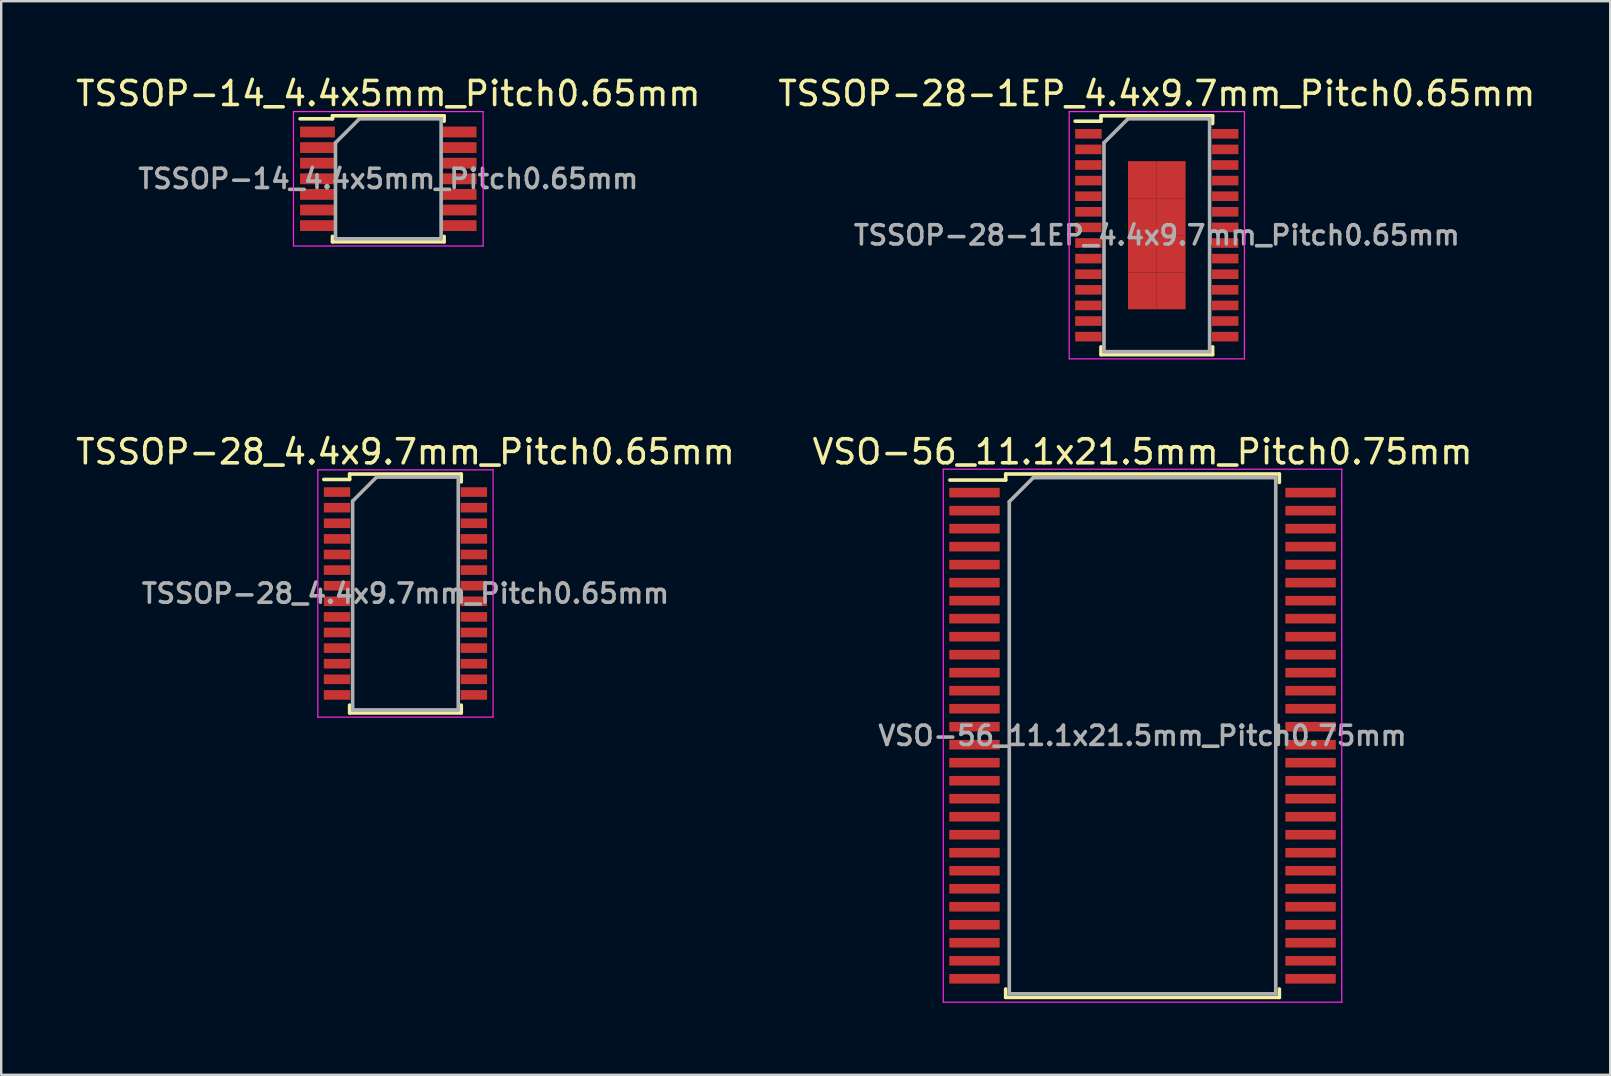
<source format=kicad_pcb>
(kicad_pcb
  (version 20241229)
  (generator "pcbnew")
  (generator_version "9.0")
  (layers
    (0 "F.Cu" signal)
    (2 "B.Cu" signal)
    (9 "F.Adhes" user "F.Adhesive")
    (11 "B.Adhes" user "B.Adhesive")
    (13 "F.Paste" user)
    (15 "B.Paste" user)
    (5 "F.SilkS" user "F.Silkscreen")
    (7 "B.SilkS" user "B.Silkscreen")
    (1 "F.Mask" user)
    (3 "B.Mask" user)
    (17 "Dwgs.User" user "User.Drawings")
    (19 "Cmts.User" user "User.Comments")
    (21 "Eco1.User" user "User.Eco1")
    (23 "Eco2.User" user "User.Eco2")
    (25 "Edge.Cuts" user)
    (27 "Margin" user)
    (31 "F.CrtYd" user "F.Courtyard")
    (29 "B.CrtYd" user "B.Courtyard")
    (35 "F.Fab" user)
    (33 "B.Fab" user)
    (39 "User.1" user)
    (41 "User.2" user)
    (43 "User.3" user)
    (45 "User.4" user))
  (footprint "TSSOP-14_4.4x5mm_Pitch0.65mm"
    (layer "F.Cu")
    (at 13.125 4.398)
    (property "Reference" "TSSOP-14_4.4x5mm_Pitch0.65mm" (at 0 -3.55 0) (layer "F.SilkS") (effects (font (size 1 1) (thickness 0.15))))
    (attr smd)
    (fp_line (start -2.325 -2.625) (end -2.325 -2.5) (stroke (width 0.15) (type solid)) (layer "F.SilkS"))
    (fp_line (start -2.325 -2.625) (end 2.325 -2.625) (stroke (width 0.15) (type solid)) (layer "F.SilkS"))
    (fp_line (start -2.325 -2.5) (end -3.675 -2.5) (stroke (width 0.15) (type solid)) (layer "F.SilkS"))
    (fp_line (start -2.325 2.625) (end -2.325 2.4) (stroke (width 0.15) (type solid)) (layer "F.SilkS"))
    (fp_line (start -2.325 2.625) (end 2.325 2.625) (stroke (width 0.15) (type solid)) (layer "F.SilkS"))
    (fp_line (start 2.325 -2.625) (end 2.325 -2.4) (stroke (width 0.15) (type solid)) (layer "F.SilkS"))
    (fp_line (start 2.325 2.625) (end 2.325 2.4) (stroke (width 0.15) (type solid)) (layer "F.SilkS"))
    (fp_line (start -3.95 -2.8) (end -3.95 2.8) (stroke (width 0.05) (type solid)) (layer "F.CrtYd"))
    (fp_line (start -3.95 -2.8) (end 3.95 -2.8) (stroke (width 0.05) (type solid)) (layer "F.CrtYd"))
    (fp_line (start -3.95 2.8) (end 3.95 2.8) (stroke (width 0.05) (type solid)) (layer "F.CrtYd"))
    (fp_line (start 3.95 -2.8) (end 3.95 2.8) (stroke (width 0.05) (type solid)) (layer "F.CrtYd"))
    (fp_line (start -2.2 -1.5) (end -1.2 -2.5) (stroke (width 0.15) (type solid)) (layer "F.Fab"))
    (fp_line (start -2.2 2.5) (end -2.2 -1.5) (stroke (width 0.15) (type solid)) (layer "F.Fab"))
    (fp_line (start -1.2 -2.5) (end 2.2 -2.5) (stroke (width 0.15) (type solid)) (layer "F.Fab"))
    (fp_line (start 2.2 -2.5) (end 2.2 2.5) (stroke (width 0.15) (type solid)) (layer "F.Fab"))
    (fp_line (start 2.2 2.5) (end -2.2 2.5) (stroke (width 0.15) (type solid)) (layer "F.Fab"))
    (fp_text user "${REFERENCE}" (at 0 0 0) (layer "F.Fab") (effects (font (size 0.8 0.8) (thickness 0.15))))
    (pad "1" smd rect (at -2.95 -1.95) (size 1.45 0.45) (layers "F.Cu" "F.Mask" "F.Paste"))
    (pad "2" smd rect (at -2.95 -1.3) (size 1.45 0.45) (layers "F.Cu" "F.Mask" "F.Paste"))
    (pad "3" smd rect (at -2.95 -0.65) (size 1.45 0.45) (layers "F.Cu" "F.Mask" "F.Paste"))
    (pad "4" smd rect (at -2.95 0) (size 1.45 0.45) (layers "F.Cu" "F.Mask" "F.Paste"))
    (pad "5" smd rect (at -2.95 0.65) (size 1.45 0.45) (layers "F.Cu" "F.Mask" "F.Paste"))
    (pad "6" smd rect (at -2.95 1.3) (size 1.45 0.45) (layers "F.Cu" "F.Mask" "F.Paste"))
    (pad "7" smd rect (at -2.95 1.95) (size 1.45 0.45) (layers "F.Cu" "F.Mask" "F.Paste"))
    (pad "8" smd rect (at 2.95 1.95) (size 1.45 0.45) (layers "F.Cu" "F.Mask" "F.Paste"))
    (pad "9" smd rect (at 2.95 1.3) (size 1.45 0.45) (layers "F.Cu" "F.Mask" "F.Paste"))
    (pad "10" smd rect (at 2.95 0.65) (size 1.45 0.45) (layers "F.Cu" "F.Mask" "F.Paste"))
    (pad "11" smd rect (at 2.95 0) (size 1.45 0.45) (layers "F.Cu" "F.Mask" "F.Paste"))
    (pad "12" smd rect (at 2.95 -0.65) (size 1.45 0.45) (layers "F.Cu" "F.Mask" "F.Paste"))
    (pad "13" smd rect (at 2.95 -1.3) (size 1.45 0.45) (layers "F.Cu" "F.Mask" "F.Paste"))
    (pad "14" smd rect (at 2.95 -1.95) (size 1.45 0.45) (layers "F.Cu" "F.Mask" "F.Paste")))
  (footprint "TSSOP-28_4.4x9.7mm_Pitch0.65mm"
    (layer "F.Cu")
    (at 13.839 21.672)
    (property "Reference" "TSSOP-28_4.4x9.7mm_Pitch0.65mm" (at 0 -5.9 0) (layer "F.SilkS") (effects (font (size 1 1) (thickness 0.15))))
    (attr smd)
    (fp_line (start -2.325 -4.975) (end -2.325 -4.75) (stroke (width 0.15) (type solid)) (layer "F.SilkS"))
    (fp_line (start -2.325 -4.975) (end 2.325 -4.975) (stroke (width 0.15) (type solid)) (layer "F.SilkS"))
    (fp_line (start -2.325 -4.75) (end -3.4 -4.75) (stroke (width 0.15) (type solid)) (layer "F.SilkS"))
    (fp_line (start -2.325 4.975) (end -2.325 4.65) (stroke (width 0.15) (type solid)) (layer "F.SilkS"))
    (fp_line (start -2.325 4.975) (end 2.325 4.975) (stroke (width 0.15) (type solid)) (layer "F.SilkS"))
    (fp_line (start 2.325 -4.975) (end 2.325 -4.65) (stroke (width 0.15) (type solid)) (layer "F.SilkS"))
    (fp_line (start 2.325 4.975) (end 2.325 4.65) (stroke (width 0.15) (type solid)) (layer "F.SilkS"))
    (fp_line (start -3.65 -5.15) (end -3.65 5.15) (stroke (width 0.05) (type solid)) (layer "F.CrtYd"))
    (fp_line (start -3.65 -5.15) (end 3.65 -5.15) (stroke (width 0.05) (type solid)) (layer "F.CrtYd"))
    (fp_line (start -3.65 5.15) (end 3.65 5.15) (stroke (width 0.05) (type solid)) (layer "F.CrtYd"))
    (fp_line (start 3.65 -5.15) (end 3.65 5.15) (stroke (width 0.05) (type solid)) (layer "F.CrtYd"))
    (fp_line (start -2.2 -3.85) (end -1.2 -4.85) (stroke (width 0.15) (type solid)) (layer "F.Fab"))
    (fp_line (start -2.2 4.85) (end -2.2 -3.85) (stroke (width 0.15) (type solid)) (layer "F.Fab"))
    (fp_line (start -1.2 -4.85) (end 2.2 -4.85) (stroke (width 0.15) (type solid)) (layer "F.Fab"))
    (fp_line (start 2.2 -4.85) (end 2.2 4.85) (stroke (width 0.15) (type solid)) (layer "F.Fab"))
    (fp_line (start 2.2 4.85) (end -2.2 4.85) (stroke (width 0.15) (type solid)) (layer "F.Fab"))
    (fp_text user "${REFERENCE}" (at 0 0 0) (layer "F.Fab") (effects (font (size 0.8 0.8) (thickness 0.15))))
    (pad "1" smd rect (at -2.85 -4.225) (size 1.1 0.4) (layers "F.Cu" "F.Mask" "F.Paste"))
    (pad "2" smd rect (at -2.85 -3.575) (size 1.1 0.4) (layers "F.Cu" "F.Mask" "F.Paste"))
    (pad "3" smd rect (at -2.85 -2.925) (size 1.1 0.4) (layers "F.Cu" "F.Mask" "F.Paste"))
    (pad "4" smd rect (at -2.85 -2.275) (size 1.1 0.4) (layers "F.Cu" "F.Mask" "F.Paste"))
    (pad "5" smd rect (at -2.85 -1.625) (size 1.1 0.4) (layers "F.Cu" "F.Mask" "F.Paste"))
    (pad "6" smd rect (at -2.85 -0.975) (size 1.1 0.4) (layers "F.Cu" "F.Mask" "F.Paste"))
    (pad "7" smd rect (at -2.85 -0.325) (size 1.1 0.4) (layers "F.Cu" "F.Mask" "F.Paste"))
    (pad "8" smd rect (at -2.85 0.325) (size 1.1 0.4) (layers "F.Cu" "F.Mask" "F.Paste"))
    (pad "9" smd rect (at -2.85 0.975) (size 1.1 0.4) (layers "F.Cu" "F.Mask" "F.Paste"))
    (pad "10" smd rect (at -2.85 1.625) (size 1.1 0.4) (layers "F.Cu" "F.Mask" "F.Paste"))
    (pad "11" smd rect (at -2.85 2.275) (size 1.1 0.4) (layers "F.Cu" "F.Mask" "F.Paste"))
    (pad "12" smd rect (at -2.85 2.925) (size 1.1 0.4) (layers "F.Cu" "F.Mask" "F.Paste"))
    (pad "13" smd rect (at -2.85 3.575) (size 1.1 0.4) (layers "F.Cu" "F.Mask" "F.Paste"))
    (pad "14" smd rect (at -2.85 4.225) (size 1.1 0.4) (layers "F.Cu" "F.Mask" "F.Paste"))
    (pad "15" smd rect (at 2.85 4.225) (size 1.1 0.4) (layers "F.Cu" "F.Mask" "F.Paste"))
    (pad "16" smd rect (at 2.85 3.575) (size 1.1 0.4) (layers "F.Cu" "F.Mask" "F.Paste"))
    (pad "17" smd rect (at 2.85 2.925) (size 1.1 0.4) (layers "F.Cu" "F.Mask" "F.Paste"))
    (pad "18" smd rect (at 2.85 2.275) (size 1.1 0.4) (layers "F.Cu" "F.Mask" "F.Paste"))
    (pad "19" smd rect (at 2.85 1.625) (size 1.1 0.4) (layers "F.Cu" "F.Mask" "F.Paste"))
    (pad "20" smd rect (at 2.85 0.975) (size 1.1 0.4) (layers "F.Cu" "F.Mask" "F.Paste"))
    (pad "21" smd rect (at 2.85 0.325) (size 1.1 0.4) (layers "F.Cu" "F.Mask" "F.Paste"))
    (pad "22" smd rect (at 2.85 -0.325) (size 1.1 0.4) (layers "F.Cu" "F.Mask" "F.Paste"))
    (pad "23" smd rect (at 2.85 -0.975) (size 1.1 0.4) (layers "F.Cu" "F.Mask" "F.Paste"))
    (pad "24" smd rect (at 2.85 -1.625) (size 1.1 0.4) (layers "F.Cu" "F.Mask" "F.Paste"))
    (pad "25" smd rect (at 2.85 -2.275) (size 1.1 0.4) (layers "F.Cu" "F.Mask" "F.Paste"))
    (pad "26" smd rect (at 2.85 -2.925) (size 1.1 0.4) (layers "F.Cu" "F.Mask" "F.Paste"))
    (pad "27" smd rect (at 2.85 -3.575) (size 1.1 0.4) (layers "F.Cu" "F.Mask" "F.Paste"))
    (pad "28" smd rect (at 2.85 -4.225) (size 1.1 0.4) (layers "F.Cu" "F.Mask" "F.Paste")))
  (footprint "TSSOP-28-1EP_4.4x9.7mm_Pitch0.65mm"
    (layer "F.Cu")
    (at 45.137 6.748)
    (property "Reference" "TSSOP-28-1EP_4.4x9.7mm_Pitch0.65mm" (at 0 -5.9 0) (layer "F.SilkS") (effects (font (size 1 1) (thickness 0.15))))
    (attr smd)
    (fp_line (start -2.325 -4.975) (end -2.325 -4.75) (stroke (width 0.15) (type solid)) (layer "F.SilkS"))
    (fp_line (start -2.325 -4.975) (end 2.325 -4.975) (stroke (width 0.15) (type solid)) (layer "F.SilkS"))
    (fp_line (start -2.325 -4.75) (end -3.4 -4.75) (stroke (width 0.15) (type solid)) (layer "F.SilkS"))
    (fp_line (start -2.325 4.975) (end -2.325 4.65) (stroke (width 0.15) (type solid)) (layer "F.SilkS"))
    (fp_line (start -2.325 4.975) (end 2.325 4.975) (stroke (width 0.15) (type solid)) (layer "F.SilkS"))
    (fp_line (start 2.325 -4.975) (end 2.325 -4.65) (stroke (width 0.15) (type solid)) (layer "F.SilkS"))
    (fp_line (start 2.325 4.975) (end 2.325 4.65) (stroke (width 0.15) (type solid)) (layer "F.SilkS"))
    (fp_line (start -3.65 -5.15) (end -3.65 5.15) (stroke (width 0.05) (type solid)) (layer "F.CrtYd"))
    (fp_line (start -3.65 -5.15) (end 3.65 -5.15) (stroke (width 0.05) (type solid)) (layer "F.CrtYd"))
    (fp_line (start -3.65 5.15) (end 3.65 5.15) (stroke (width 0.05) (type solid)) (layer "F.CrtYd"))
    (fp_line (start 3.65 -5.15) (end 3.65 5.15) (stroke (width 0.05) (type solid)) (layer "F.CrtYd"))
    (fp_line (start -2.2 -3.85) (end -1.2 -4.85) (stroke (width 0.15) (type solid)) (layer "F.Fab"))
    (fp_line (start -2.2 4.85) (end -2.2 -3.85) (stroke (width 0.15) (type solid)) (layer "F.Fab"))
    (fp_line (start -1.2 -4.85) (end 2.2 -4.85) (stroke (width 0.15) (type solid)) (layer "F.Fab"))
    (fp_line (start 2.2 -4.85) (end 2.2 4.85) (stroke (width 0.15) (type solid)) (layer "F.Fab"))
    (fp_line (start 2.2 4.85) (end -2.2 4.85) (stroke (width 0.15) (type solid)) (layer "F.Fab"))
    (fp_text user "${REFERENCE}" (at 0 0 0) (layer "F.Fab") (effects (font (size 0.8 0.8) (thickness 0.15))))
    (pad "1" smd rect (at -2.85 -4.225) (size 1.1 0.4) (layers "F.Cu" "F.Mask" "F.Paste"))
    (pad "2" smd rect (at -2.85 -3.575) (size 1.1 0.4) (layers "F.Cu" "F.Mask" "F.Paste"))
    (pad "3" smd rect (at -2.85 -2.925) (size 1.1 0.4) (layers "F.Cu" "F.Mask" "F.Paste"))
    (pad "4" smd rect (at -2.85 -2.275) (size 1.1 0.4) (layers "F.Cu" "F.Mask" "F.Paste"))
    (pad "5" smd rect (at -2.85 -1.625) (size 1.1 0.4) (layers "F.Cu" "F.Mask" "F.Paste"))
    (pad "6" smd rect (at -2.85 -0.975) (size 1.1 0.4) (layers "F.Cu" "F.Mask" "F.Paste"))
    (pad "7" smd rect (at -2.85 -0.325) (size 1.1 0.4) (layers "F.Cu" "F.Mask" "F.Paste"))
    (pad "8" smd rect (at -2.85 0.325) (size 1.1 0.4) (layers "F.Cu" "F.Mask" "F.Paste"))
    (pad "9" smd rect (at -2.85 0.975) (size 1.1 0.4) (layers "F.Cu" "F.Mask" "F.Paste"))
    (pad "10" smd rect (at -2.85 1.625) (size 1.1 0.4) (layers "F.Cu" "F.Mask" "F.Paste"))
    (pad "11" smd rect (at -2.85 2.275) (size 1.1 0.4) (layers "F.Cu" "F.Mask" "F.Paste"))
    (pad "12" smd rect (at -2.85 2.925) (size 1.1 0.4) (layers "F.Cu" "F.Mask" "F.Paste"))
    (pad "13" smd rect (at -2.85 3.575) (size 1.1 0.4) (layers "F.Cu" "F.Mask" "F.Paste"))
    (pad "14" smd rect (at -2.85 4.225) (size 1.1 0.4) (layers "F.Cu" "F.Mask" "F.Paste"))
    (pad "15" smd rect (at 2.85 4.225) (size 1.1 0.4) (layers "F.Cu" "F.Mask" "F.Paste"))
    (pad "16" smd rect (at 2.85 3.575) (size 1.1 0.4) (layers "F.Cu" "F.Mask" "F.Paste"))
    (pad "17" smd rect (at 2.85 2.925) (size 1.1 0.4) (layers "F.Cu" "F.Mask" "F.Paste"))
    (pad "18" smd rect (at 2.85 2.275) (size 1.1 0.4) (layers "F.Cu" "F.Mask" "F.Paste"))
    (pad "19" smd rect (at 2.85 1.625) (size 1.1 0.4) (layers "F.Cu" "F.Mask" "F.Paste"))
    (pad "20" smd rect (at 2.85 0.975) (size 1.1 0.4) (layers "F.Cu" "F.Mask" "F.Paste"))
    (pad "21" smd rect (at 2.85 0.325) (size 1.1 0.4) (layers "F.Cu" "F.Mask" "F.Paste"))
    (pad "22" smd rect (at 2.85 -0.325) (size 1.1 0.4) (layers "F.Cu" "F.Mask" "F.Paste"))
    (pad "23" smd rect (at 2.85 -0.975) (size 1.1 0.4) (layers "F.Cu" "F.Mask" "F.Paste"))
    (pad "24" smd rect (at 2.85 -1.625) (size 1.1 0.4) (layers "F.Cu" "F.Mask" "F.Paste"))
    (pad "25" smd rect (at 2.85 -2.275) (size 1.1 0.4) (layers "F.Cu" "F.Mask" "F.Paste"))
    (pad "26" smd rect (at 2.85 -2.925) (size 1.1 0.4) (layers "F.Cu" "F.Mask" "F.Paste"))
    (pad "27" smd rect (at 2.85 -3.575) (size 1.1 0.4) (layers "F.Cu" "F.Mask" "F.Paste"))
    (pad "28" smd rect (at 2.85 -4.225) (size 1.1 0.4) (layers "F.Cu" "F.Mask" "F.Paste"))
    (pad "29" smd rect (at -0.6 -2.314) (size 1.2 1.542) (layers "F.Cu" "F.Mask" "F.Paste"))
    (pad "29" smd rect (at -0.6 -0.771) (size 1.2 1.542) (layers "F.Cu" "F.Mask" "F.Paste"))
    (pad "29" smd rect (at -0.6 0.771) (size 1.2 1.542) (layers "F.Cu" "F.Mask" "F.Paste"))
    (pad "29" smd rect (at -0.6 2.314) (size 1.2 1.542) (layers "F.Cu" "F.Mask" "F.Paste"))
    (pad "29" smd rect (at 0.6 -2.314) (size 1.2 1.542) (layers "F.Cu" "F.Mask" "F.Paste"))
    (pad "29" smd rect (at 0.6 -0.771) (size 1.2 1.542) (layers "F.Cu" "F.Mask" "F.Paste"))
    (pad "29" smd rect (at 0.6 0.771) (size 1.2 1.542) (layers "F.Cu" "F.Mask" "F.Paste"))
    (pad "29" smd rect (at 0.6 2.314) (size 1.2 1.542) (layers "F.Cu" "F.Mask" "F.Paste")))
  (footprint "VSO-56_11.1x21.5mm_Pitch0.75mm"
    (layer "F.Cu")
    (at 44.542 27.596)
    (property "Reference" "VSO-56_11.1x21.5mm_Pitch0.75mm" (at 0 -11.825 0) (layer "F.SilkS") (effects (font (size 1 1) (thickness 0.15))))
    (attr smd)
    (fp_line (start -5.7 -10.9) (end -5.7 -10.65) (stroke (width 0.15) (type solid)) (layer "F.SilkS"))
    (fp_line (start -5.7 -10.9) (end 5.7 -10.9) (stroke (width 0.15) (type solid)) (layer "F.SilkS"))
    (fp_line (start -5.7 -10.65) (end -8.025 -10.65) (stroke (width 0.15) (type solid)) (layer "F.SilkS"))
    (fp_line (start -5.7 10.9) (end -5.7 10.55) (stroke (width 0.15) (type solid)) (layer "F.SilkS"))
    (fp_line (start -5.7 10.9) (end 5.7 10.9) (stroke (width 0.15) (type solid)) (layer "F.SilkS"))
    (fp_line (start 5.7 -10.9) (end 5.7 -10.55) (stroke (width 0.15) (type solid)) (layer "F.SilkS"))
    (fp_line (start 5.7 10.9) (end 5.7 10.55) (stroke (width 0.15) (type solid)) (layer "F.SilkS"))
    (fp_line (start -8.3 -11.1) (end -8.3 11.1) (stroke (width 0.05) (type solid)) (layer "F.CrtYd"))
    (fp_line (start -8.3 -11.1) (end 8.3 -11.1) (stroke (width 0.05) (type solid)) (layer "F.CrtYd"))
    (fp_line (start -8.3 11.1) (end 8.3 11.1) (stroke (width 0.05) (type solid)) (layer "F.CrtYd"))
    (fp_line (start 8.3 -11.1) (end 8.3 11.1) (stroke (width 0.05) (type solid)) (layer "F.CrtYd"))
    (fp_line (start -5.55 -9.75) (end -4.55 -10.75) (stroke (width 0.15) (type solid)) (layer "F.Fab"))
    (fp_line (start -5.55 10.75) (end -5.55 -9.75) (stroke (width 0.15) (type solid)) (layer "F.Fab"))
    (fp_line (start -4.55 -10.75) (end 5.55 -10.75) (stroke (width 0.15) (type solid)) (layer "F.Fab"))
    (fp_line (start 5.55 -10.75) (end 5.55 10.75) (stroke (width 0.15) (type solid)) (layer "F.Fab"))
    (fp_line (start 5.55 10.75) (end -5.55 10.75) (stroke (width 0.15) (type solid)) (layer "F.Fab"))
    (fp_text user "${REFERENCE}" (at 0 0 0) (layer "F.Fab") (effects (font (size 0.8 0.8) (thickness 0.15))))
    (pad "1" smd rect (at -7 -10.125) (size 2.1 0.4) (layers "F.Cu" "F.Mask" "F.Paste"))
    (pad "2" smd rect (at -7 -9.375) (size 2.1 0.4) (layers "F.Cu" "F.Mask" "F.Paste"))
    (pad "3" smd rect (at -7 -8.625) (size 2.1 0.4) (layers "F.Cu" "F.Mask" "F.Paste"))
    (pad "4" smd rect (at -7 -7.875) (size 2.1 0.4) (layers "F.Cu" "F.Mask" "F.Paste"))
    (pad "5" smd rect (at -7 -7.125) (size 2.1 0.4) (layers "F.Cu" "F.Mask" "F.Paste"))
    (pad "6" smd rect (at -7 -6.375) (size 2.1 0.4) (layers "F.Cu" "F.Mask" "F.Paste"))
    (pad "7" smd rect (at -7 -5.625) (size 2.1 0.4) (layers "F.Cu" "F.Mask" "F.Paste"))
    (pad "8" smd rect (at -7 -4.875) (size 2.1 0.4) (layers "F.Cu" "F.Mask" "F.Paste"))
    (pad "9" smd rect (at -7 -4.125) (size 2.1 0.4) (layers "F.Cu" "F.Mask" "F.Paste"))
    (pad "10" smd rect (at -7 -3.375) (size 2.1 0.4) (layers "F.Cu" "F.Mask" "F.Paste"))
    (pad "11" smd rect (at -7 -2.625) (size 2.1 0.4) (layers "F.Cu" "F.Mask" "F.Paste"))
    (pad "12" smd rect (at -7 -1.875) (size 2.1 0.4) (layers "F.Cu" "F.Mask" "F.Paste"))
    (pad "13" smd rect (at -7 -1.125) (size 2.1 0.4) (layers "F.Cu" "F.Mask" "F.Paste"))
    (pad "14" smd rect (at -7 -0.375) (size 2.1 0.4) (layers "F.Cu" "F.Mask" "F.Paste"))
    (pad "15" smd rect (at -7 0.375) (size 2.1 0.4) (layers "F.Cu" "F.Mask" "F.Paste"))
    (pad "16" smd rect (at -7 1.125) (size 2.1 0.4) (layers "F.Cu" "F.Mask" "F.Paste"))
    (pad "17" smd rect (at -7 1.875) (size 2.1 0.4) (layers "F.Cu" "F.Mask" "F.Paste"))
    (pad "18" smd rect (at -7 2.625) (size 2.1 0.4) (layers "F.Cu" "F.Mask" "F.Paste"))
    (pad "19" smd rect (at -7 3.375) (size 2.1 0.4) (layers "F.Cu" "F.Mask" "F.Paste"))
    (pad "20" smd rect (at -7 4.125) (size 2.1 0.4) (layers "F.Cu" "F.Mask" "F.Paste"))
    (pad "21" smd rect (at -7 4.875) (size 2.1 0.4) (layers "F.Cu" "F.Mask" "F.Paste"))
    (pad "22" smd rect (at -7 5.625) (size 2.1 0.4) (layers "F.Cu" "F.Mask" "F.Paste"))
    (pad "23" smd rect (at -7 6.375) (size 2.1 0.4) (layers "F.Cu" "F.Mask" "F.Paste"))
    (pad "24" smd rect (at -7 7.125) (size 2.1 0.4) (layers "F.Cu" "F.Mask" "F.Paste"))
    (pad "25" smd rect (at -7 7.875) (size 2.1 0.4) (layers "F.Cu" "F.Mask" "F.Paste"))
    (pad "26" smd rect (at -7 8.625) (size 2.1 0.4) (layers "F.Cu" "F.Mask" "F.Paste"))
    (pad "27" smd rect (at -7 9.375) (size 2.1 0.4) (layers "F.Cu" "F.Mask" "F.Paste"))
    (pad "28" smd rect (at -7 10.125) (size 2.1 0.4) (layers "F.Cu" "F.Mask" "F.Paste"))
    (pad "29" smd rect (at 7 10.125) (size 2.1 0.4) (layers "F.Cu" "F.Mask" "F.Paste"))
    (pad "30" smd rect (at 7 9.375) (size 2.1 0.4) (layers "F.Cu" "F.Mask" "F.Paste"))
    (pad "31" smd rect (at 7 8.625) (size 2.1 0.4) (layers "F.Cu" "F.Mask" "F.Paste"))
    (pad "32" smd rect (at 7 7.875) (size 2.1 0.4) (layers "F.Cu" "F.Mask" "F.Paste"))
    (pad "33" smd rect (at 7 7.125) (size 2.1 0.4) (layers "F.Cu" "F.Mask" "F.Paste"))
    (pad "34" smd rect (at 7 6.375) (size 2.1 0.4) (layers "F.Cu" "F.Mask" "F.Paste"))
    (pad "35" smd rect (at 7 5.625) (size 2.1 0.4) (layers "F.Cu" "F.Mask" "F.Paste"))
    (pad "36" smd rect (at 7 4.875) (size 2.1 0.4) (layers "F.Cu" "F.Mask" "F.Paste"))
    (pad "37" smd rect (at 7 4.125) (size 2.1 0.4) (layers "F.Cu" "F.Mask" "F.Paste"))
    (pad "38" smd rect (at 7 3.375) (size 2.1 0.4) (layers "F.Cu" "F.Mask" "F.Paste"))
    (pad "39" smd rect (at 7 2.625) (size 2.1 0.4) (layers "F.Cu" "F.Mask" "F.Paste"))
    (pad "40" smd rect (at 7 1.875) (size 2.1 0.4) (layers "F.Cu" "F.Mask" "F.Paste"))
    (pad "41" smd rect (at 7 1.125) (size 2.1 0.4) (layers "F.Cu" "F.Mask" "F.Paste"))
    (pad "42" smd rect (at 7 0.375) (size 2.1 0.4) (layers "F.Cu" "F.Mask" "F.Paste"))
    (pad "43" smd rect (at 7 -0.375) (size 2.1 0.4) (layers "F.Cu" "F.Mask" "F.Paste"))
    (pad "44" smd rect (at 7 -1.125) (size 2.1 0.4) (layers "F.Cu" "F.Mask" "F.Paste"))
    (pad "45" smd rect (at 7 -1.875) (size 2.1 0.4) (layers "F.Cu" "F.Mask" "F.Paste"))
    (pad "46" smd rect (at 7 -2.625) (size 2.1 0.4) (layers "F.Cu" "F.Mask" "F.Paste"))
    (pad "47" smd rect (at 7 -3.375) (size 2.1 0.4) (layers "F.Cu" "F.Mask" "F.Paste"))
    (pad "48" smd rect (at 7 -4.125) (size 2.1 0.4) (layers "F.Cu" "F.Mask" "F.Paste"))
    (pad "49" smd rect (at 7 -4.875) (size 2.1 0.4) (layers "F.Cu" "F.Mask" "F.Paste"))
    (pad "50" smd rect (at 7 -5.625) (size 2.1 0.4) (layers "F.Cu" "F.Mask" "F.Paste"))
    (pad "51" smd rect (at 7 -6.375) (size 2.1 0.4) (layers "F.Cu" "F.Mask" "F.Paste"))
    (pad "52" smd rect (at 7 -7.125) (size 2.1 0.4) (layers "F.Cu" "F.Mask" "F.Paste"))
    (pad "53" smd rect (at 7 -7.875) (size 2.1 0.4) (layers "F.Cu" "F.Mask" "F.Paste"))
    (pad "54" smd rect (at 7 -8.625) (size 2.1 0.4) (layers "F.Cu" "F.Mask" "F.Paste"))
    (pad "55" smd rect (at 7 -9.375) (size 2.1 0.4) (layers "F.Cu" "F.Mask" "F.Paste"))
    (pad "56" smd rect (at 7 -10.125) (size 2.1 0.4) (layers "F.Cu" "F.Mask" "F.Paste")))
  (gr_rect
    (start -3 -3)
    (end 64.024 41.721)
    (stroke (width 0.1) (type default))
    (fill no)
    (layer "Edge.Cuts")))
</source>
